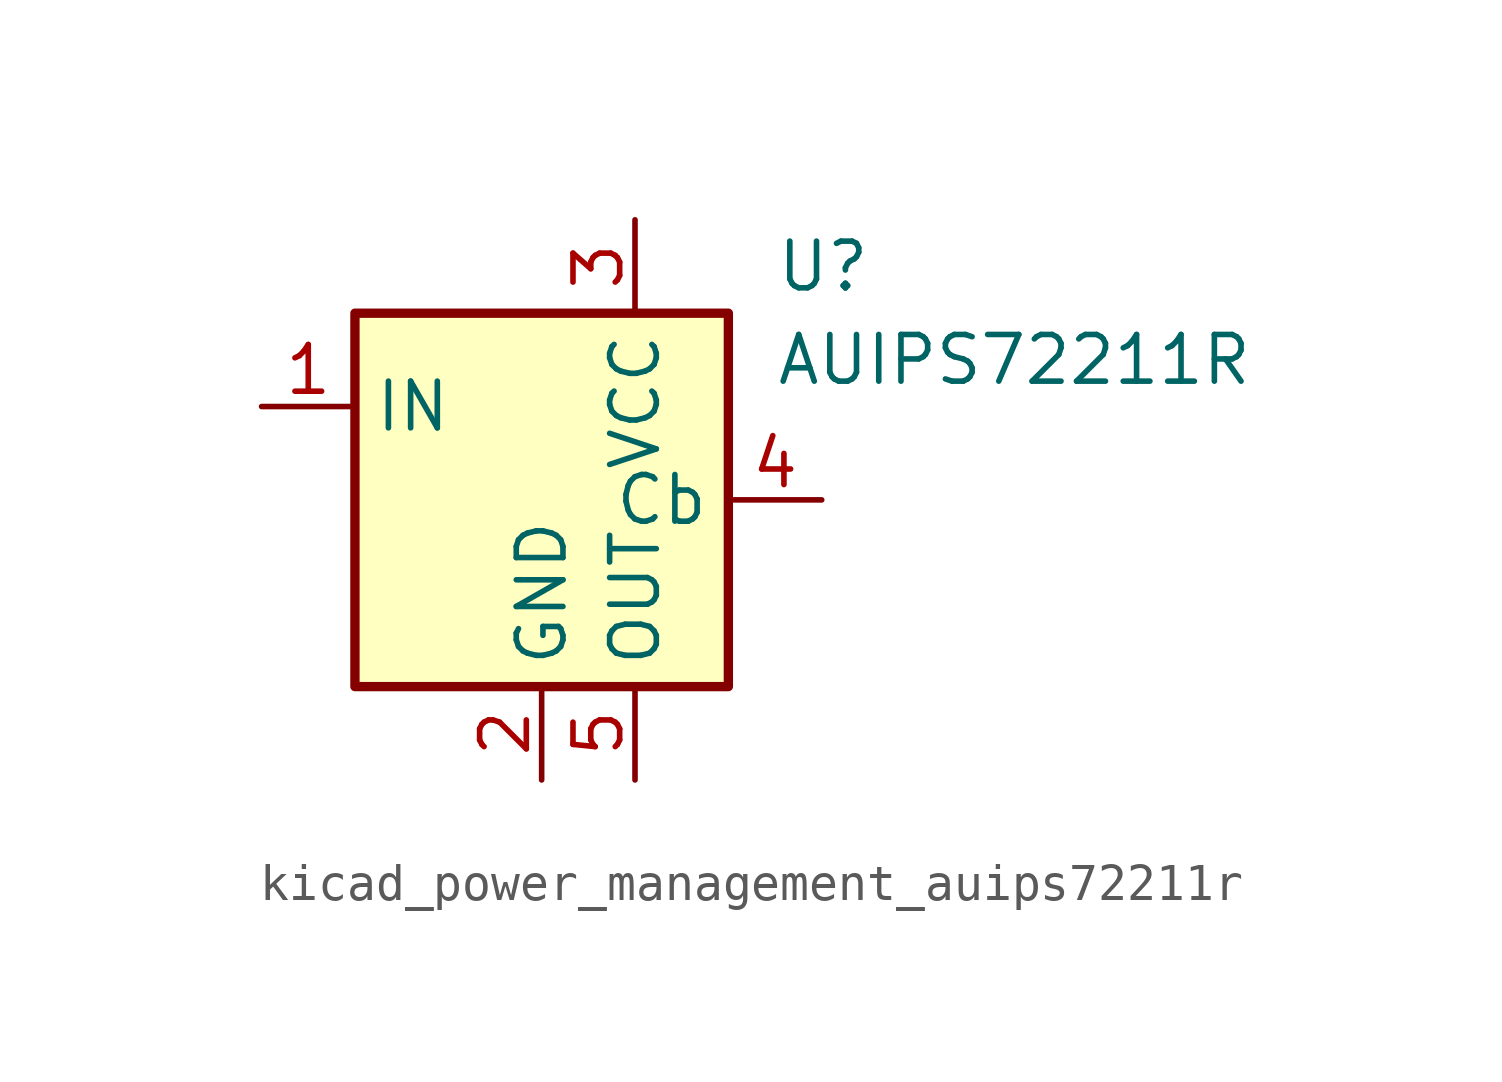
<source format=kicad_sym>
(kicad_symbol_lib
  (version 20220914)
  (generator kicad_symbol_editor)
  (symbol "kicad_power_management_auips72211r"
    (property "Reference" "U"
      (at 3.81 6.35 0)
      (effects (font (size 1.27 1.27)) (justify left)))
    (property "Value" "AUIPS72211R"
      (at 3.81 3.81 0)
      (effects (font (size 1.27 1.27)) (justify left)))
    (symbol "kicad_power_management_auips72211r_0_1"
      (rectangle (start -7.62 5.08) (end 2.54 -5.08) (stroke (width 0.254) (type default)) (fill (type background))))
    (symbol "kicad_power_management_auips72211r_1_1"
      (pin input line (at -10.16 2.54 0) (length 2.54) (name "IN" (effects (font (size 1.27 1.27)))) (number "1" (effects (font (size 1.27 1.27)))))
      (pin power_in line (at -2.54 -7.62 90) (length 2.54) (name "GND" (effects (font (size 1.27 1.27)))) (number "2" (effects (font (size 1.27 1.27)))))
      (pin power_in line (at 0 7.62 270) (length 2.54) (name "VCC" (effects (font (size 1.27 1.27)))) (number "3" (effects (font (size 1.27 1.27)))))
      (pin passive line (at 5.08 0 180) (length 2.54) (name "Cb" (effects (font (size 1.27 1.27)))) (number "4" (effects (font (size 1.27 1.27)))))
      (pin power_out line (at 0 -7.62 90) (length 2.54) (name "OUT" (effects (font (size 1.27 1.27)))) (number "5" (effects (font (size 1.27 1.27))))))))
</source>
